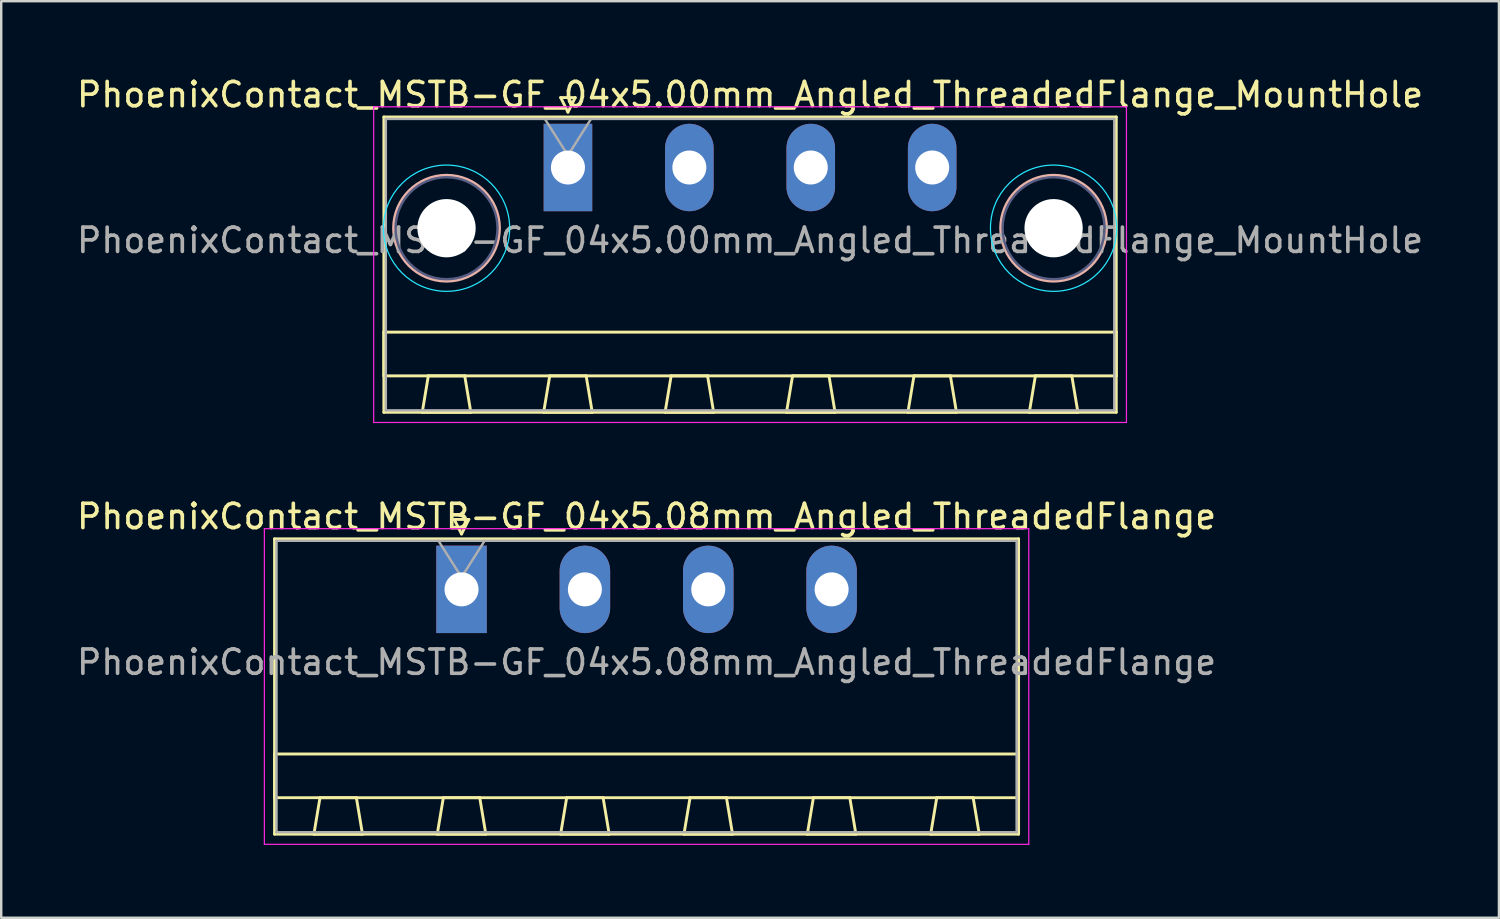
<source format=kicad_pcb>
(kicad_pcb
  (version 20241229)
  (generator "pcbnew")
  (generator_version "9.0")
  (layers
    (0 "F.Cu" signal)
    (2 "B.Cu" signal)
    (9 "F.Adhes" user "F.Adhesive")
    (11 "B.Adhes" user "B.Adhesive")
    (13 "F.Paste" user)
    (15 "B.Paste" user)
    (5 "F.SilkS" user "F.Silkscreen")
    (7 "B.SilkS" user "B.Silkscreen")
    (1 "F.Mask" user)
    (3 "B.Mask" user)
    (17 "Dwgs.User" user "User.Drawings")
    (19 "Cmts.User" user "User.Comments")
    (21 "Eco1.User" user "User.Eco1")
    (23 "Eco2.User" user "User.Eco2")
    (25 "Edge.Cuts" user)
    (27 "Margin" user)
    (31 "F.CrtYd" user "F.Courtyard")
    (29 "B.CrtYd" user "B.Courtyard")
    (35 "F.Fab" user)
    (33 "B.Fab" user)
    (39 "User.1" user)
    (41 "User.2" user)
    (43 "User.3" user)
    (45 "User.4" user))
  (footprint "PhoenixContact_MSTB-GF_04x5.08mm_Angled_ThreadedFlange"
    (layer "F.Cu")
    (at 15.957 21.221)
    (property "Reference" "PhoenixContact_MSTB-GF_04x5.08mm_Angled_ThreadedFlange" (at 7.62 -3 0) (layer "F.SilkS") (effects (font (size 1 1) (thickness 0.15))))
    (attr through_hole)
    (fp_line (start -7.7 -2.08) (end -7.7 10.08) (stroke (width 0.12) (type solid)) (layer "F.SilkS"))
    (fp_line (start -7.7 6.78) (end 22.94 6.78) (stroke (width 0.12) (type solid)) (layer "F.SilkS"))
    (fp_line (start -7.7 8.58) (end -7.7 6.78) (stroke (width 0.12) (type solid)) (layer "F.SilkS"))
    (fp_line (start -7.7 10.08) (end 22.94 10.08) (stroke (width 0.12) (type solid)) (layer "F.SilkS"))
    (fp_line (start -6.08 10.08) (end -4.08 10.08) (stroke (width 0.12) (type solid)) (layer "F.SilkS"))
    (fp_line (start -5.83 8.58) (end -6.08 10.08) (stroke (width 0.12) (type solid)) (layer "F.SilkS"))
    (fp_line (start -4.33 8.58) (end -5.83 8.58) (stroke (width 0.12) (type solid)) (layer "F.SilkS"))
    (fp_line (start -4.08 10.08) (end -4.33 8.58) (stroke (width 0.12) (type solid)) (layer "F.SilkS"))
    (fp_line (start -1 10.08) (end 1 10.08) (stroke (width 0.12) (type solid)) (layer "F.SilkS"))
    (fp_line (start -0.75 8.58) (end -1 10.08) (stroke (width 0.12) (type solid)) (layer "F.SilkS"))
    (fp_line (start -0.3 -2.88) (end 0.3 -2.88) (stroke (width 0.12) (type solid)) (layer "F.SilkS"))
    (fp_line (start 0 -2.28) (end -0.3 -2.88) (stroke (width 0.12) (type solid)) (layer "F.SilkS"))
    (fp_line (start 0.3 -2.88) (end 0 -2.28) (stroke (width 0.12) (type solid)) (layer "F.SilkS"))
    (fp_line (start 0.75 8.58) (end -0.75 8.58) (stroke (width 0.12) (type solid)) (layer "F.SilkS"))
    (fp_line (start 1 10.08) (end 0.75 8.58) (stroke (width 0.12) (type solid)) (layer "F.SilkS"))
    (fp_line (start 4.08 10.08) (end 6.08 10.08) (stroke (width 0.12) (type solid)) (layer "F.SilkS"))
    (fp_line (start 4.33 8.58) (end 4.08 10.08) (stroke (width 0.12) (type solid)) (layer "F.SilkS"))
    (fp_line (start 5.83 8.58) (end 4.33 8.58) (stroke (width 0.12) (type solid)) (layer "F.SilkS"))
    (fp_line (start 6.08 10.08) (end 5.83 8.58) (stroke (width 0.12) (type solid)) (layer "F.SilkS"))
    (fp_line (start 9.16 10.08) (end 11.16 10.08) (stroke (width 0.12) (type solid)) (layer "F.SilkS"))
    (fp_line (start 9.41 8.58) (end 9.16 10.08) (stroke (width 0.12) (type solid)) (layer "F.SilkS"))
    (fp_line (start 10.91 8.58) (end 9.41 8.58) (stroke (width 0.12) (type solid)) (layer "F.SilkS"))
    (fp_line (start 11.16 10.08) (end 10.91 8.58) (stroke (width 0.12) (type solid)) (layer "F.SilkS"))
    (fp_line (start 14.24 10.08) (end 16.24 10.08) (stroke (width 0.12) (type solid)) (layer "F.SilkS"))
    (fp_line (start 14.49 8.58) (end 14.24 10.08) (stroke (width 0.12) (type solid)) (layer "F.SilkS"))
    (fp_line (start 15.99 8.58) (end 14.49 8.58) (stroke (width 0.12) (type solid)) (layer "F.SilkS"))
    (fp_line (start 16.24 10.08) (end 15.99 8.58) (stroke (width 0.12) (type solid)) (layer "F.SilkS"))
    (fp_line (start 19.32 10.08) (end 21.32 10.08) (stroke (width 0.12) (type solid)) (layer "F.SilkS"))
    (fp_line (start 19.57 8.58) (end 19.32 10.08) (stroke (width 0.12) (type solid)) (layer "F.SilkS"))
    (fp_line (start 21.07 8.58) (end 19.57 8.58) (stroke (width 0.12) (type solid)) (layer "F.SilkS"))
    (fp_line (start 21.32 10.08) (end 21.07 8.58) (stroke (width 0.12) (type solid)) (layer "F.SilkS"))
    (fp_line (start 22.94 -2.08) (end -7.7 -2.08) (stroke (width 0.12) (type solid)) (layer "F.SilkS"))
    (fp_line (start 22.94 6.78) (end 22.94 8.58) (stroke (width 0.12) (type solid)) (layer "F.SilkS"))
    (fp_line (start 22.94 8.58) (end -7.7 8.58) (stroke (width 0.12) (type solid)) (layer "F.SilkS"))
    (fp_line (start 22.94 10.08) (end 22.94 -2.08) (stroke (width 0.12) (type solid)) (layer "F.SilkS"))
    (fp_line (start -8.12 -2.5) (end -8.12 10.5) (stroke (width 0.05) (type solid)) (layer "F.CrtYd"))
    (fp_line (start -8.12 10.5) (end 23.36 10.5) (stroke (width 0.05) (type solid)) (layer "F.CrtYd"))
    (fp_line (start 23.36 -2.5) (end -8.12 -2.5) (stroke (width 0.05) (type solid)) (layer "F.CrtYd"))
    (fp_line (start 23.36 10.5) (end 23.36 -2.5) (stroke (width 0.05) (type solid)) (layer "F.CrtYd"))
    (fp_line (start -7.62 -2) (end -7.62 10) (stroke (width 0.1) (type solid)) (layer "F.Fab"))
    (fp_line (start -7.62 10) (end 22.86 10) (stroke (width 0.1) (type solid)) (layer "F.Fab"))
    (fp_line (start 0 -0.5) (end -0.95 -2) (stroke (width 0.1) (type solid)) (layer "F.Fab"))
    (fp_line (start 0.95 -2) (end 0 -0.5) (stroke (width 0.1) (type solid)) (layer "F.Fab"))
    (fp_line (start 22.86 -2) (end -7.62 -2) (stroke (width 0.1) (type solid)) (layer "F.Fab"))
    (fp_line (start 22.86 10) (end 22.86 -2) (stroke (width 0.1) (type solid)) (layer "F.Fab"))
    (fp_text user "${REFERENCE}" (at 7.62 3 0) (layer "F.Fab") (effects (font (size 1 1) (thickness 0.15))))
    (pad "1" thru_hole rect (at 0 0) (size 2.08 3.6) (drill 1.4) (layers "*.Cu" "*.Mask"))
    (pad "2" thru_hole oval (at 5.08 0) (size 2.08 3.6) (drill 1.4) (layers "*.Cu" "*.Mask"))
    (pad "3" thru_hole oval (at 10.16 0) (size 2.08 3.6) (drill 1.4) (layers "*.Cu" "*.Mask"))
    (pad "4" thru_hole oval (at 15.24 0) (size 2.08 3.6) (drill 1.4) (layers "*.Cu" "*.Mask")))
  (footprint "PhoenixContact_MSTB-GF_04x5.00mm_Angled_ThreadedFlange_MountHole"
    (layer "F.Cu")
    (at 20.339 3.848)
    (property "Reference" "PhoenixContact_MSTB-GF_04x5.00mm_Angled_ThreadedFlange_MountHole" (at 7.5 -3 0) (layer "F.SilkS") (effects (font (size 1 1) (thickness 0.15))))
    (attr through_hole)
    (fp_line (start -7.58 -2.08) (end -7.58 10.08) (stroke (width 0.12) (type solid)) (layer "F.SilkS"))
    (fp_line (start -7.58 6.78) (end 22.58 6.78) (stroke (width 0.12) (type solid)) (layer "F.SilkS"))
    (fp_line (start -7.58 8.58) (end -7.58 6.78) (stroke (width 0.12) (type solid)) (layer "F.SilkS"))
    (fp_line (start -7.58 10.08) (end 22.58 10.08) (stroke (width 0.12) (type solid)) (layer "F.SilkS"))
    (fp_line (start -6 10.08) (end -4 10.08) (stroke (width 0.12) (type solid)) (layer "F.SilkS"))
    (fp_line (start -5.75 8.58) (end -6 10.08) (stroke (width 0.12) (type solid)) (layer "F.SilkS"))
    (fp_line (start -4.25 8.58) (end -5.75 8.58) (stroke (width 0.12) (type solid)) (layer "F.SilkS"))
    (fp_line (start -4 10.08) (end -4.25 8.58) (stroke (width 0.12) (type solid)) (layer "F.SilkS"))
    (fp_line (start -1 10.08) (end 1 10.08) (stroke (width 0.12) (type solid)) (layer "F.SilkS"))
    (fp_line (start -0.75 8.58) (end -1 10.08) (stroke (width 0.12) (type solid)) (layer "F.SilkS"))
    (fp_line (start -0.3 -2.88) (end 0.3 -2.88) (stroke (width 0.12) (type solid)) (layer "F.SilkS"))
    (fp_line (start 0 -2.28) (end -0.3 -2.88) (stroke (width 0.12) (type solid)) (layer "F.SilkS"))
    (fp_line (start 0.3 -2.88) (end 0 -2.28) (stroke (width 0.12) (type solid)) (layer "F.SilkS"))
    (fp_line (start 0.75 8.58) (end -0.75 8.58) (stroke (width 0.12) (type solid)) (layer "F.SilkS"))
    (fp_line (start 1 10.08) (end 0.75 8.58) (stroke (width 0.12) (type solid)) (layer "F.SilkS"))
    (fp_line (start 4 10.08) (end 6 10.08) (stroke (width 0.12) (type solid)) (layer "F.SilkS"))
    (fp_line (start 4.25 8.58) (end 4 10.08) (stroke (width 0.12) (type solid)) (layer "F.SilkS"))
    (fp_line (start 5.75 8.58) (end 4.25 8.58) (stroke (width 0.12) (type solid)) (layer "F.SilkS"))
    (fp_line (start 6 10.08) (end 5.75 8.58) (stroke (width 0.12) (type solid)) (layer "F.SilkS"))
    (fp_line (start 9 10.08) (end 11 10.08) (stroke (width 0.12) (type solid)) (layer "F.SilkS"))
    (fp_line (start 9.25 8.58) (end 9 10.08) (stroke (width 0.12) (type solid)) (layer "F.SilkS"))
    (fp_line (start 10.75 8.58) (end 9.25 8.58) (stroke (width 0.12) (type solid)) (layer "F.SilkS"))
    (fp_line (start 11 10.08) (end 10.75 8.58) (stroke (width 0.12) (type solid)) (layer "F.SilkS"))
    (fp_line (start 14 10.08) (end 16 10.08) (stroke (width 0.12) (type solid)) (layer "F.SilkS"))
    (fp_line (start 14.25 8.58) (end 14 10.08) (stroke (width 0.12) (type solid)) (layer "F.SilkS"))
    (fp_line (start 15.75 8.58) (end 14.25 8.58) (stroke (width 0.12) (type solid)) (layer "F.SilkS"))
    (fp_line (start 16 10.08) (end 15.75 8.58) (stroke (width 0.12) (type solid)) (layer "F.SilkS"))
    (fp_line (start 19 10.08) (end 21 10.08) (stroke (width 0.12) (type solid)) (layer "F.SilkS"))
    (fp_line (start 19.25 8.58) (end 19 10.08) (stroke (width 0.12) (type solid)) (layer "F.SilkS"))
    (fp_line (start 20.75 8.58) (end 19.25 8.58) (stroke (width 0.12) (type solid)) (layer "F.SilkS"))
    (fp_line (start 21 10.08) (end 20.75 8.58) (stroke (width 0.12) (type solid)) (layer "F.SilkS"))
    (fp_line (start 22.58 -2.08) (end -7.58 -2.08) (stroke (width 0.12) (type solid)) (layer "F.SilkS"))
    (fp_line (start 22.58 6.78) (end 22.58 8.58) (stroke (width 0.12) (type solid)) (layer "F.SilkS"))
    (fp_line (start 22.58 8.58) (end -7.58 8.58) (stroke (width 0.12) (type solid)) (layer "F.SilkS"))
    (fp_line (start 22.58 10.08) (end 22.58 -2.08) (stroke (width 0.12) (type solid)) (layer "F.SilkS"))
    (fp_circle (center -5 2.5) (end -2.82 2.5) (stroke (width 0.12) (type solid)) (fill no) (layer "B.SilkS"))
    (fp_circle (center 20 2.5) (end 22.18 2.5) (stroke (width 0.12) (type solid)) (fill no) (layer "B.SilkS"))
    (fp_circle (center -5 2.5) (end -2.4 2.5) (stroke (width 0.05) (type solid)) (fill no) (layer "B.CrtYd"))
    (fp_circle (center 20 2.5) (end 22.6 2.5) (stroke (width 0.05) (type solid)) (fill no) (layer "B.CrtYd"))
    (fp_line (start -8 -2.5) (end -8 10.5) (stroke (width 0.05) (type solid)) (layer "F.CrtYd"))
    (fp_line (start -8 10.5) (end 23 10.5) (stroke (width 0.05) (type solid)) (layer "F.CrtYd"))
    (fp_line (start 23 -2.5) (end -8 -2.5) (stroke (width 0.05) (type solid)) (layer "F.CrtYd"))
    (fp_line (start 23 10.5) (end 23 -2.5) (stroke (width 0.05) (type solid)) (layer "F.CrtYd"))
    (fp_circle (center -5 2.5) (end -2.9 2.5) (stroke (width 0.1) (type solid)) (fill no) (layer "B.Fab"))
    (fp_circle (center 20 2.5) (end 22.1 2.5) (stroke (width 0.1) (type solid)) (fill no) (layer "B.Fab"))
    (fp_line (start -7.5 -2) (end -7.5 10) (stroke (width 0.1) (type solid)) (layer "F.Fab"))
    (fp_line (start -7.5 10) (end 22.5 10) (stroke (width 0.1) (type solid)) (layer "F.Fab"))
    (fp_line (start 0 -0.5) (end -0.95 -2) (stroke (width 0.1) (type solid)) (layer "F.Fab"))
    (fp_line (start 0.95 -2) (end 0 -0.5) (stroke (width 0.1) (type solid)) (layer "F.Fab"))
    (fp_line (start 22.5 -2) (end -7.5 -2) (stroke (width 0.1) (type solid)) (layer "F.Fab"))
    (fp_line (start 22.5 10) (end 22.5 -2) (stroke (width 0.1) (type solid)) (layer "F.Fab"))
    (fp_text user "${REFERENCE}" (at 7.5 3 0) (layer "F.Fab") (effects (font (size 1 1) (thickness 0.15))))
    (pad "" np_thru_hole circle (at -5 2.5) (size 2.4 2.4) (drill 2.4) (layers "*.Cu" "*.Mask"))
    (pad "" np_thru_hole circle (at 20 2.5) (size 2.4 2.4) (drill 2.4) (layers "*.Cu" "*.Mask"))
    (pad "1" thru_hole rect (at 0 0) (size 2 3.6) (drill 1.4) (layers "*.Cu" "*.Mask"))
    (pad "2" thru_hole oval (at 5 0) (size 2 3.6) (drill 1.4) (layers "*.Cu" "*.Mask"))
    (pad "3" thru_hole oval (at 10 0) (size 2 3.6) (drill 1.4) (layers "*.Cu" "*.Mask"))
    (pad "4" thru_hole oval (at 15 0) (size 2 3.6) (drill 1.4) (layers "*.Cu" "*.Mask")))
  (gr_rect
    (start -3 -3)
    (end 58.679 34.746)
    (stroke (width 0.1) (type default))
    (fill no)
    (layer "Edge.Cuts")))
</source>
